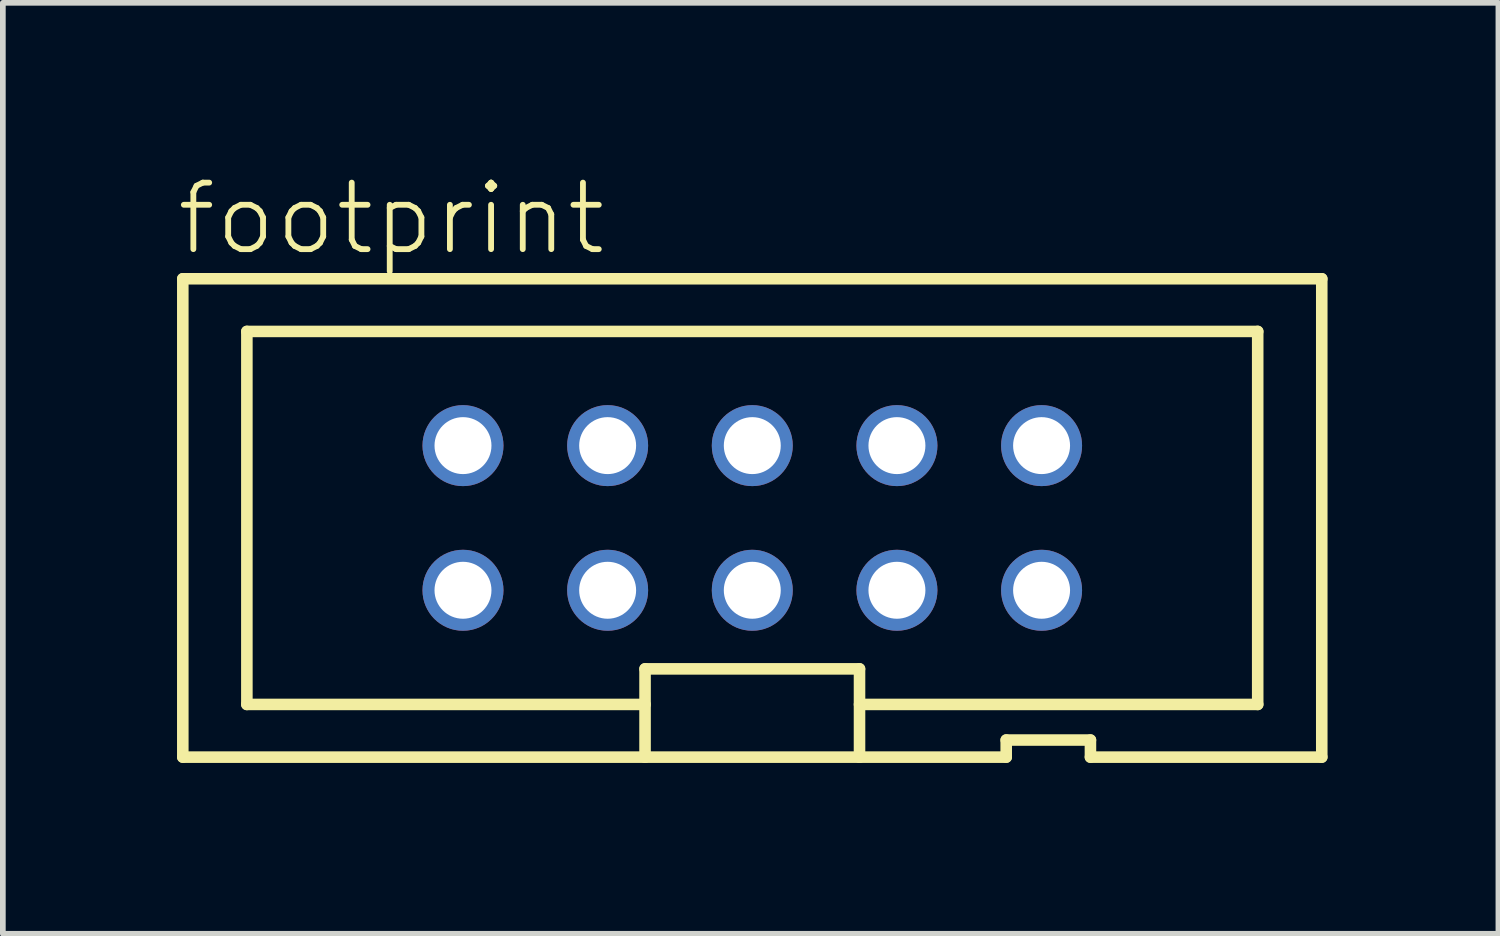
<source format=kicad_pcb>
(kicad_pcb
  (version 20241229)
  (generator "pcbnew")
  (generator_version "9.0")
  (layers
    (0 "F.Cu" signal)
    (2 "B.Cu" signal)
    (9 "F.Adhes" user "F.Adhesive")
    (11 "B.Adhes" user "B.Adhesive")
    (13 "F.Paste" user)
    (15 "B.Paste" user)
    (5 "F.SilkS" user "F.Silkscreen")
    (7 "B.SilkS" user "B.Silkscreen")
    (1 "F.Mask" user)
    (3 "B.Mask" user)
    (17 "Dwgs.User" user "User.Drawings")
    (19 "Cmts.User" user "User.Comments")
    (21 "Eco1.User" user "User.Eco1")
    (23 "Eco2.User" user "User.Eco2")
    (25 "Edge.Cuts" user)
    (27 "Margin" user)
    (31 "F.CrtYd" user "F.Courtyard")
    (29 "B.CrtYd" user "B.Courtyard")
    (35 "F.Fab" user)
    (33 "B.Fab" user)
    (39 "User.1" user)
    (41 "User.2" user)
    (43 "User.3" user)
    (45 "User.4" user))
  (footprint "footprint"
    (layer "F.Cu")
    (at 10.16 6.045)
    (property "Reference" "footprint" (at -10.16 -4.572 0) (layer "F.SilkS") (effects (font (size 1.168 1.168) (thickness 0.102)) (justify left bottom)))
    (fp_line (start -10 -4.2) (end 10 -4.2) (stroke (width 0.203) (type solid)) (layer "F.SilkS"))
    (fp_line (start -10 4.2) (end -10 -4.2) (stroke (width 0.203) (type solid)) (layer "F.SilkS"))
    (fp_line (start -8.875 -3.275) (end 8.875 -3.275) (stroke (width 0.203) (type solid)) (layer "F.SilkS"))
    (fp_line (start -8.875 3.275) (end -8.875 -3.275) (stroke (width 0.203) (type solid)) (layer "F.SilkS"))
    (fp_line (start -1.883 2.65) (end -1.883 4.2) (stroke (width 0.203) (type solid)) (layer "F.SilkS"))
    (fp_line (start -1.883 3.275) (end -8.875 3.275) (stroke (width 0.203) (type solid)) (layer "F.SilkS"))
    (fp_line (start -1.883 4.2) (end -10 4.2) (stroke (width 0.203) (type solid)) (layer "F.SilkS"))
    (fp_line (start 1.883 2.65) (end -1.883 2.65) (stroke (width 0.203) (type solid)) (layer "F.SilkS"))
    (fp_line (start 1.883 4.2) (end -1.883 4.2) (stroke (width 0.203) (type solid)) (layer "F.SilkS"))
    (fp_line (start 1.883 4.2) (end 1.883 2.65) (stroke (width 0.203) (type solid)) (layer "F.SilkS"))
    (fp_line (start 4.459 3.9) (end 4.459 4.2) (stroke (width 0.203) (type solid)) (layer "F.SilkS"))
    (fp_line (start 4.459 4.2) (end 1.883 4.2) (stroke (width 0.203) (type solid)) (layer "F.SilkS"))
    (fp_line (start 5.938 3.9) (end 4.459 3.9) (stroke (width 0.203) (type solid)) (layer "F.SilkS"))
    (fp_line (start 5.938 4.2) (end 5.938 3.9) (stroke (width 0.203) (type solid)) (layer "F.SilkS"))
    (fp_line (start 8.875 -3.275) (end 8.875 3.275) (stroke (width 0.203) (type solid)) (layer "F.SilkS"))
    (fp_line (start 8.875 3.275) (end 1.883 3.275) (stroke (width 0.203) (type solid)) (layer "F.SilkS"))
    (fp_line (start 10 -4.2) (end 10 4.2) (stroke (width 0.203) (type solid)) (layer "F.SilkS"))
    (fp_line (start 10 4.2) (end 5.938 4.2) (stroke (width 0.203) (type solid)) (layer "F.SilkS"))
    (pad "1" thru_hole circle (at -5.08 1.27) (size 1.422 1.422) (drill 1) (layers "*.Cu" "*.Mask"))
    (pad "2" thru_hole circle (at -5.08 -1.27) (size 1.422 1.422) (drill 1) (layers "*.Cu" "*.Mask"))
    (pad "3" thru_hole circle (at -2.54 1.27) (size 1.422 1.422) (drill 1) (layers "*.Cu" "*.Mask"))
    (pad "4" thru_hole circle (at -2.54 -1.27) (size 1.422 1.422) (drill 1) (layers "*.Cu" "*.Mask"))
    (pad "5" thru_hole circle (at 0 1.27) (size 1.422 1.422) (drill 1) (layers "*.Cu" "*.Mask"))
    (pad "6" thru_hole circle (at 0 -1.27) (size 1.422 1.422) (drill 1) (layers "*.Cu" "*.Mask"))
    (pad "7" thru_hole circle (at 2.54 1.27) (size 1.422 1.422) (drill 1) (layers "*.Cu" "*.Mask"))
    (pad "8" thru_hole circle (at 2.54 -1.27) (size 1.422 1.422) (drill 1) (layers "*.Cu" "*.Mask"))
    (pad "9" thru_hole circle (at 5.08 1.27) (size 1.422 1.422) (drill 1) (layers "*.Cu" "*.Mask"))
    (pad "10" thru_hole circle (at 5.08 -1.27) (size 1.422 1.422) (drill 1) (layers "*.Cu" "*.Mask")))
  (gr_rect
    (start -3 -3)
    (end 23.262 13.347)
    (stroke (width 0.1) (type default))
    (fill no)
    (layer "Edge.Cuts")))
</source>
